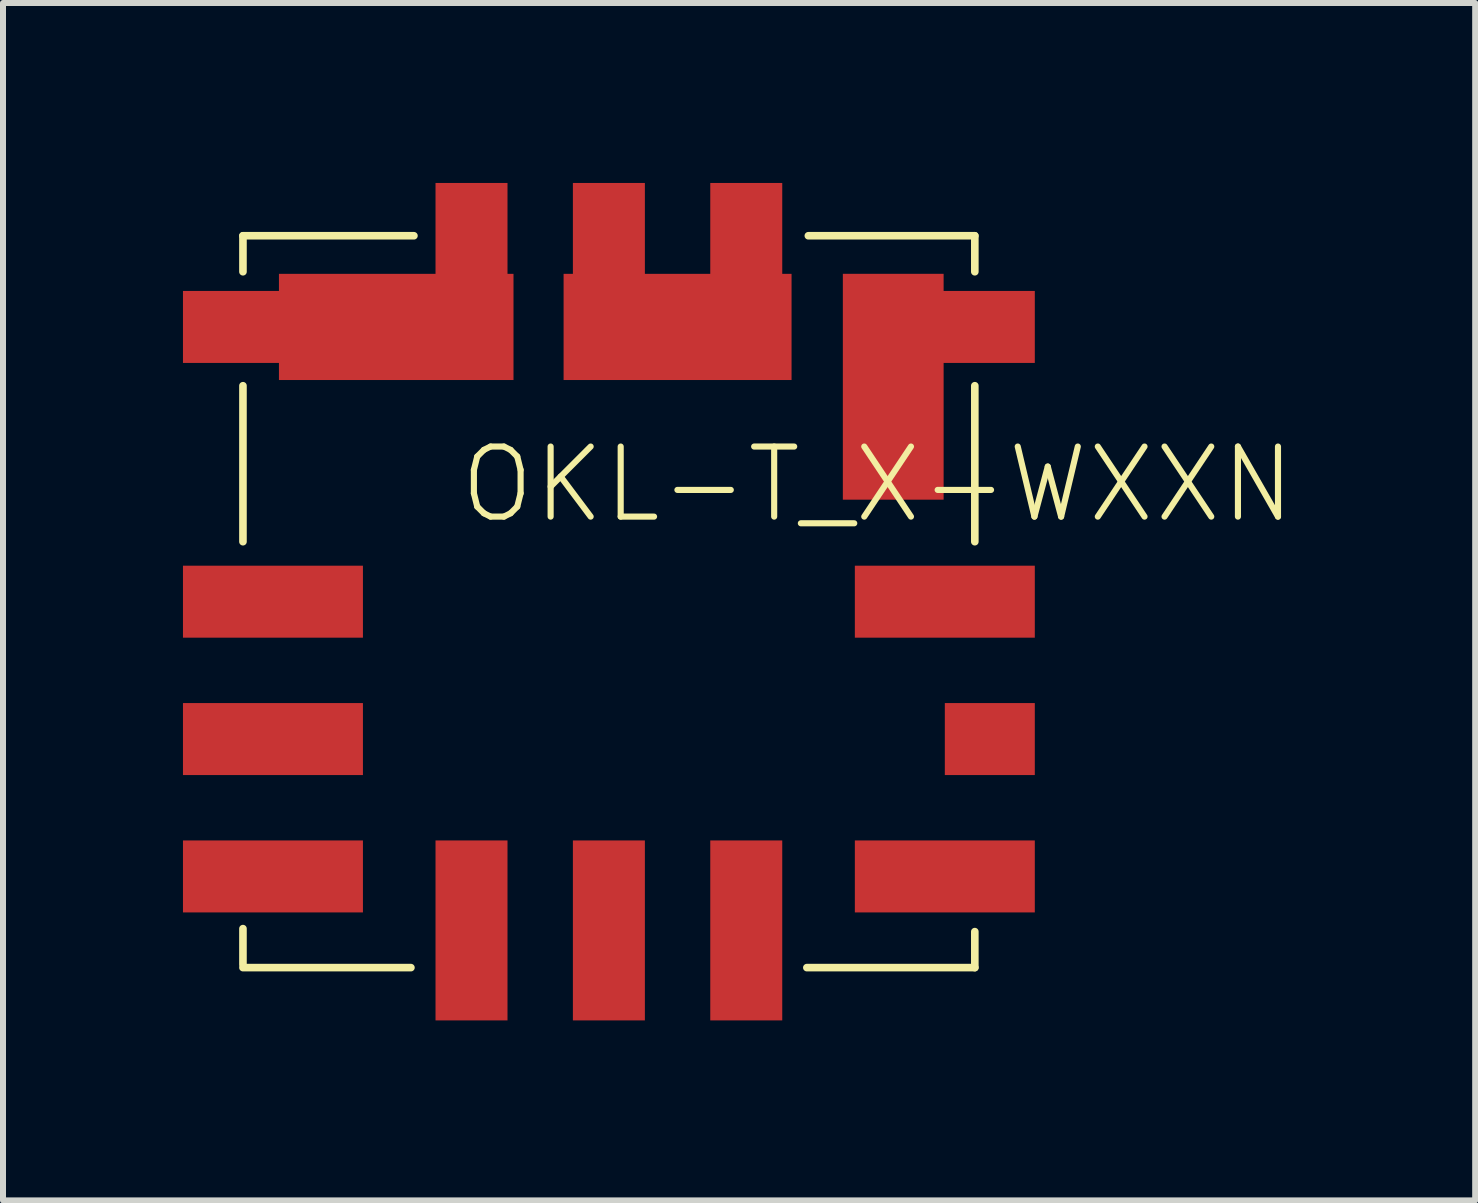
<source format=kicad_pcb>
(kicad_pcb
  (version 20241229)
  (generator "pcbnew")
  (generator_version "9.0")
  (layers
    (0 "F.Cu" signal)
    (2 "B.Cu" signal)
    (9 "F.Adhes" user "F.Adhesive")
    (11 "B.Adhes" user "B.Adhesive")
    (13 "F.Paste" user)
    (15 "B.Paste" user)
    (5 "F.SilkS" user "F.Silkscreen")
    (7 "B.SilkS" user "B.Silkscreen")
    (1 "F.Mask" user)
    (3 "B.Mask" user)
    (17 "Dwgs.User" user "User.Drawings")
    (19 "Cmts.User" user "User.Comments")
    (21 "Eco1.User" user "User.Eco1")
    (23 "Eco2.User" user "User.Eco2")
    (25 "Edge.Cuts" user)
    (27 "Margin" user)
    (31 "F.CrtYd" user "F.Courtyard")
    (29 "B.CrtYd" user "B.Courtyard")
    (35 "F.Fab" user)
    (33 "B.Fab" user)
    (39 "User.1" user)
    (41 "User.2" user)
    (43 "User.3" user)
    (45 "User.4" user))
  (footprint "OKL-T_X-WXXN"
    (layer "F.Cu")
    (at 7.1 6.98)
    (property "Reference" "OKL-T_X-WXXN" (at -2.54 -1.27 0) (unlocked yes) (layer "F.SilkS") (effects (font (size 1.168 1.168) (thickness 0.102)) (justify left bottom)))
    (fp_line (start -6.1 -6.1) (end -6.1 -5.5) (stroke (width 0.127) (type solid)) (layer "F.SilkS"))
    (fp_line (start -6.1 -6.1) (end -3.25 -6.1) (stroke (width 0.127) (type solid)) (layer "F.SilkS"))
    (fp_line (start -6.1 -3.6) (end -6.1 -1) (stroke (width 0.127) (type solid)) (layer "F.SilkS"))
    (fp_line (start -6.1 5.45) (end -6.1 6.05) (stroke (width 0.127) (type solid)) (layer "F.SilkS"))
    (fp_line (start -6.1 6.1) (end -3.3 6.1) (stroke (width 0.127) (type solid)) (layer "F.SilkS"))
    (fp_line (start 3.3 6.1) (end 6.1 6.1) (stroke (width 0.127) (type solid)) (layer "F.SilkS"))
    (fp_line (start 3.325 -6.1) (end 6.1 -6.1) (stroke (width 0.127) (type solid)) (layer "F.SilkS"))
    (fp_line (start 6.1 -6.1) (end 6.1 -5.5) (stroke (width 0.127) (type solid)) (layer "F.SilkS"))
    (fp_line (start 6.1 -3.6) (end 6.1 -1) (stroke (width 0.127) (type solid)) (layer "F.SilkS"))
    (fp_line (start 6.1 5.5) (end 6.1 6.1) (stroke (width 0.127) (type solid)) (layer "F.SilkS"))
    (pad "1" smd rect (at -5.6 0) (size 3 1.2) (layers "F.Cu" "F.Mask" "F.Paste"))
    (pad "2" smd rect (at -5.6 -4.58) (size 3 1.2) (layers "F.Cu" "F.Mask" "F.Paste"))
    (pad "2@2" smd rect (at -2.29 -5.48 90) (size 3 1.2) (layers "F.Cu" "F.Mask" "F.Paste"))
    (pad "2@3" smd rect (at -3.545 -4.58) (size 3.91 1.77) (layers "F.Cu" "F.Mask" "F.Paste"))
    (pad "3" smd rect (at 0 -5.48 90) (size 3 1.2) (layers "F.Cu" "F.Mask" "F.Paste"))
    (pad "3@2" smd rect (at 2.29 -5.48 90) (size 3 1.2) (layers "F.Cu" "F.Mask" "F.Paste"))
    (pad "3@3" smd rect (at 1.145 -4.58) (size 3.8 1.77) (layers "F.Cu" "F.Mask" "F.Paste"))
    (pad "4" smd rect (at 5.6 -4.58) (size 3 1.2) (layers "F.Cu" "F.Mask" "F.Paste"))
    (pad "4@1" smd rect (at 4.74 -3.583) (size 1.68 3.765) (layers "F.Cu" "F.Mask" "F.Paste"))
    (pad "5" smd rect (at 5.6 0) (size 3 1.2) (layers "F.Cu" "F.Mask" "F.Paste"))
    (pad "6" smd rect (at 5.6 4.58) (size 3 1.2) (layers "F.Cu" "F.Mask" "F.Paste"))
    (pad "7" smd rect (at 0 5.48 90) (size 3 1.2) (layers "F.Cu" "F.Mask" "F.Paste"))
    (pad "8" smd rect (at -2.29 5.48 90) (size 3 1.2) (layers "F.Cu" "F.Mask" "F.Paste"))
    (pad "9" smd rect (at -5.6 4.58) (size 3 1.2) (layers "F.Cu" "F.Mask" "F.Paste"))
    (pad "10" smd rect (at -5.6 2.29) (size 3 1.2) (layers "F.Cu" "F.Mask" "F.Paste"))
    (pad "11" smd rect (at 6.35 2.29) (size 1.5 1.2) (layers "F.Cu" "F.Mask" "F.Paste"))
    (pad "12" smd rect (at 2.29 5.48 90) (size 3 1.2) (layers "F.Cu" "F.Mask" "F.Paste")))
  (gr_rect
    (start -3 -3)
    (end 21.541 16.96)
    (stroke (width 0.1) (type default))
    (fill no)
    (layer "Edge.Cuts")))
</source>
